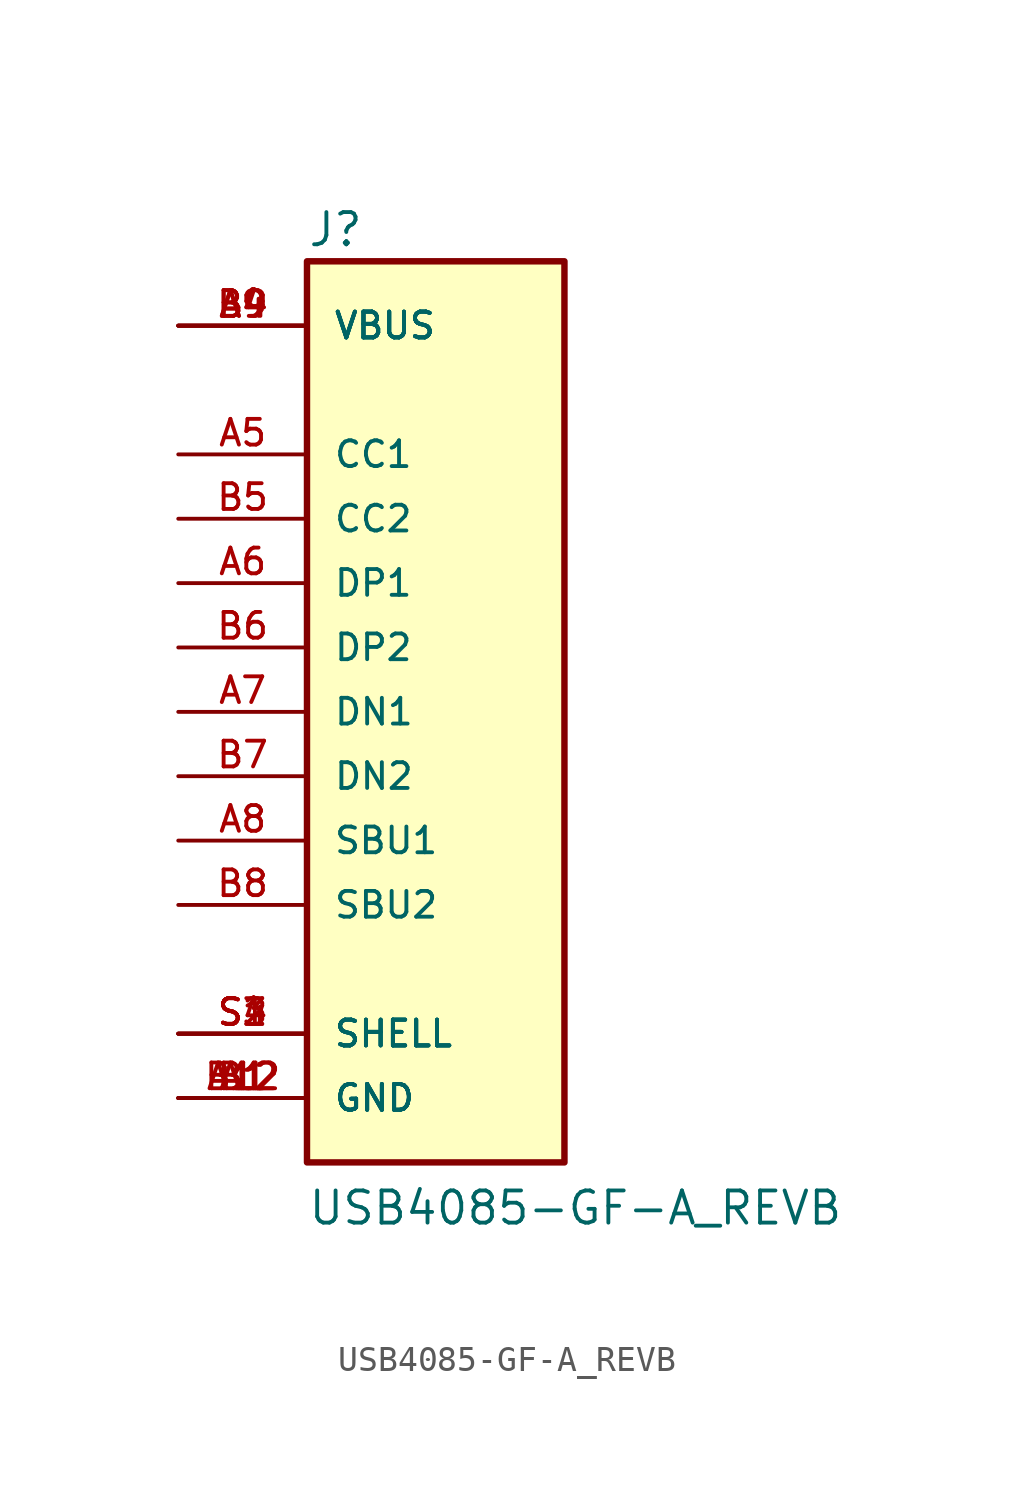
<source format=kicad_sym>
(kicad_symbol_lib
  (version 20211014)
  (generator kicad_symbol_editor)
  (symbol "USB4085-GF-A_REVB"
    (pin_names
      (offset 1.016))
    (property "Reference" "J"
      (at -5.08 18.288 0)
      (effects (font (size 1.27 1.27)) (justify bottom left)))
    (property "Value" "USB4085-GF-A_REVB"
      (at -5.08 -20.32 0)
      (effects (font (size 1.27 1.27)) (justify bottom left)))
    (symbol "USB4085-GF-A_REVB_0_0"
      (rectangle (start -5.08 -17.78) (end 5.08 17.78) (stroke (width 0.254)) (fill (type background)))
      (pin power_in line (at -10.16 15.24 0) (length 5.08) (name "VBUS" (effects (font (size 1.016 1.016)))) (number "A4" (effects (font (size 1.016 1.016)))))
      (pin power_in line (at -10.16 15.24 0) (length 5.08) (name "VBUS" (effects (font (size 1.016 1.016)))) (number "A9" (effects (font (size 1.016 1.016)))))
      (pin power_in line (at -10.16 15.24 0) (length 5.08) (name "VBUS" (effects (font (size 1.016 1.016)))) (number "B4" (effects (font (size 1.016 1.016)))))
      (pin power_in line (at -10.16 15.24 0) (length 5.08) (name "VBUS" (effects (font (size 1.016 1.016)))) (number "B9" (effects (font (size 1.016 1.016)))))
      (pin bidirectional line (at -10.16 10.16 0) (length 5.08) (name "CC1" (effects (font (size 1.016 1.016)))) (number "A5" (effects (font (size 1.016 1.016)))))
      (pin bidirectional line (at -10.16 7.62 0) (length 5.08) (name "CC2" (effects (font (size 1.016 1.016)))) (number "B5" (effects (font (size 1.016 1.016)))))
      (pin bidirectional line (at -10.16 5.08 0) (length 5.08) (name "DP1" (effects (font (size 1.016 1.016)))) (number "A6" (effects (font (size 1.016 1.016)))))
      (pin bidirectional line (at -10.16 2.54 0) (length 5.08) (name "DP2" (effects (font (size 1.016 1.016)))) (number "B6" (effects (font (size 1.016 1.016)))))
      (pin bidirectional line (at -10.16 0.0 0) (length 5.08) (name "DN1" (effects (font (size 1.016 1.016)))) (number "A7" (effects (font (size 1.016 1.016)))))
      (pin bidirectional line (at -10.16 -2.54 0) (length 5.08) (name "DN2" (effects (font (size 1.016 1.016)))) (number "B7" (effects (font (size 1.016 1.016)))))
      (pin bidirectional line (at -10.16 -5.08 0) (length 5.08) (name "SBU1" (effects (font (size 1.016 1.016)))) (number "A8" (effects (font (size 1.016 1.016)))))
      (pin bidirectional line (at -10.16 -7.62 0) (length 5.08) (name "SBU2" (effects (font (size 1.016 1.016)))) (number "B8" (effects (font (size 1.016 1.016)))))
      (pin power_in line (at -10.16 -15.24 0) (length 5.08) (name "GND" (effects (font (size 1.016 1.016)))) (number "A1" (effects (font (size 1.016 1.016)))))
      (pin power_in line (at -10.16 -15.24 0) (length 5.08) (name "GND" (effects (font (size 1.016 1.016)))) (number "A12" (effects (font (size 1.016 1.016)))))
      (pin power_in line (at -10.16 -15.24 0) (length 5.08) (name "GND" (effects (font (size 1.016 1.016)))) (number "B1" (effects (font (size 1.016 1.016)))))
      (pin power_in line (at -10.16 -15.24 0) (length 5.08) (name "GND" (effects (font (size 1.016 1.016)))) (number "B12" (effects (font (size 1.016 1.016)))))
      (pin passive line (at -10.16 -12.7 0) (length 5.08) (name "SHELL" (effects (font (size 1.016 1.016)))) (number "S1" (effects (font (size 1.016 1.016)))))
      (pin passive line (at -10.16 -12.7 0) (length 5.08) (name "SHELL" (effects (font (size 1.016 1.016)))) (number "S2" (effects (font (size 1.016 1.016)))))
      (pin passive line (at -10.16 -12.7 0) (length 5.08) (name "SHELL" (effects (font (size 1.016 1.016)))) (number "S3" (effects (font (size 1.016 1.016)))))
      (pin passive line (at -10.16 -12.7 0) (length 5.08) (name "SHELL" (effects (font (size 1.016 1.016)))) (number "S4" (effects (font (size 1.016 1.016))))))))
</source>
